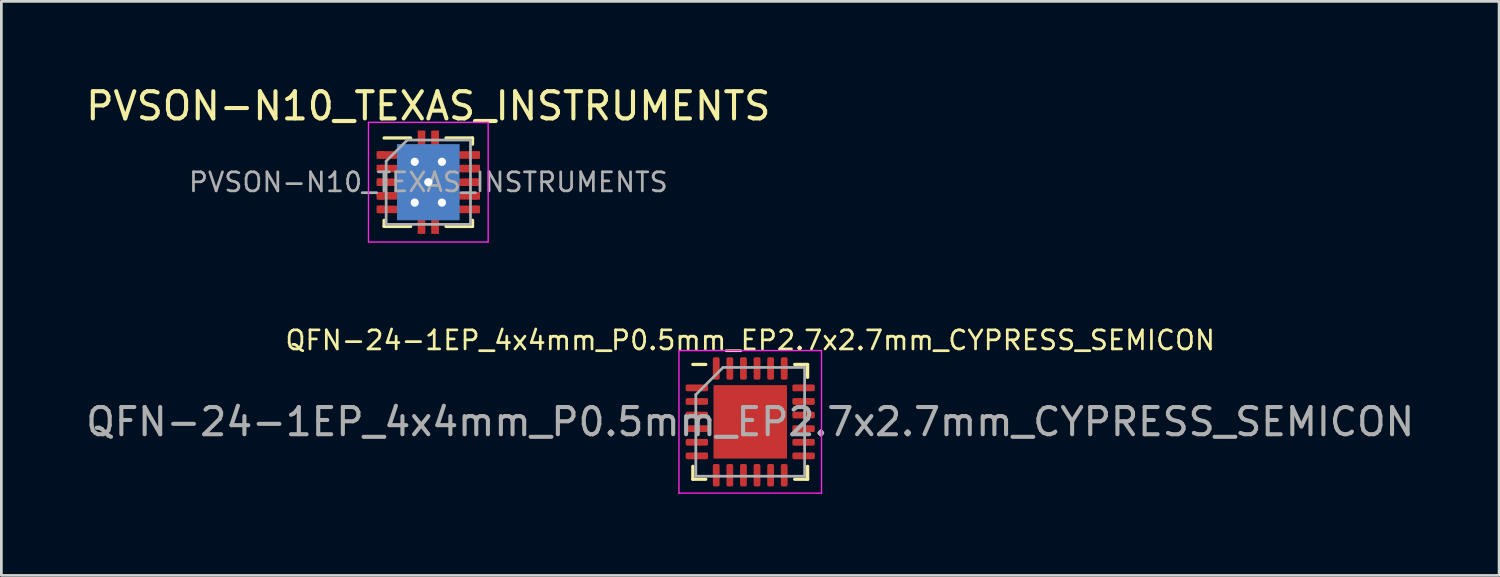
<source format=kicad_pcb>
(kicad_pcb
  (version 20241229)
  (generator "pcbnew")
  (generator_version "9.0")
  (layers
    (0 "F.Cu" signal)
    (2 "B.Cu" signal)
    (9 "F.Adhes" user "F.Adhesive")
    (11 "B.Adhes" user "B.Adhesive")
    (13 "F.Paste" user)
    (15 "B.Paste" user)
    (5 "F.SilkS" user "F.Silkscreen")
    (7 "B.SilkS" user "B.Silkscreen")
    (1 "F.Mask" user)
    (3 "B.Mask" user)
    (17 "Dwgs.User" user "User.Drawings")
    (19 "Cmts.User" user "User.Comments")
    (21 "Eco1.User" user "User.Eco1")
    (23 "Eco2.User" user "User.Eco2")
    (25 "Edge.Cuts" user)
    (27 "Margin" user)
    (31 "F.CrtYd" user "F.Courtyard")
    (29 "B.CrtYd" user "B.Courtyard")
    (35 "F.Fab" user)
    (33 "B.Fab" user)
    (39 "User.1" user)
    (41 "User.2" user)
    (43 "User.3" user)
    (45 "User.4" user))
  (footprint "QFN-24-1EP_4x4mm_P0.5mm_EP2.7x2.7mm_CYPRESS_SEMICON"
    (layer "F.Cu")
    (at 24.53 12.458)
    (property "Reference" "QFN-24-1EP_4x4mm_P0.5mm_EP2.7x2.7mm_CYPRESS_SEMICON" (at 0 -3 0) (layer "F.SilkS") (effects (font (size 0.7 0.7) (thickness 0.1))))
    (attr smd)
    (fp_line (start -2.11 2.11) (end -2.11 1.635) (stroke (width 0.12) (type solid)) (layer "F.SilkS"))
    (fp_line (start -1.635 -2.11) (end -2.11 -2.11) (stroke (width 0.12) (type solid)) (layer "F.SilkS"))
    (fp_line (start -1.635 2.11) (end -2.11 2.11) (stroke (width 0.12) (type solid)) (layer "F.SilkS"))
    (fp_line (start 1.635 -2.11) (end 2.11 -2.11) (stroke (width 0.12) (type solid)) (layer "F.SilkS"))
    (fp_line (start 1.635 2.11) (end 2.11 2.11) (stroke (width 0.12) (type solid)) (layer "F.SilkS"))
    (fp_line (start 2.11 -2.11) (end 2.11 -1.635) (stroke (width 0.12) (type solid)) (layer "F.SilkS"))
    (fp_line (start 2.11 2.11) (end 2.11 1.635) (stroke (width 0.12) (type solid)) (layer "F.SilkS"))
    (fp_line (start -2.62 -2.62) (end -2.62 2.62) (stroke (width 0.05) (type solid)) (layer "F.CrtYd"))
    (fp_line (start -2.62 2.62) (end 2.62 2.62) (stroke (width 0.05) (type solid)) (layer "F.CrtYd"))
    (fp_line (start 2.62 -2.62) (end -2.62 -2.62) (stroke (width 0.05) (type solid)) (layer "F.CrtYd"))
    (fp_line (start 2.62 2.62) (end 2.62 -2.62) (stroke (width 0.05) (type solid)) (layer "F.CrtYd"))
    (fp_line (start -2 -1) (end -1 -2) (stroke (width 0.1) (type solid)) (layer "F.Fab"))
    (fp_line (start -2 2) (end -2 -1) (stroke (width 0.1) (type solid)) (layer "F.Fab"))
    (fp_line (start -1 -2) (end 2 -2) (stroke (width 0.1) (type solid)) (layer "F.Fab"))
    (fp_line (start 2 -2) (end 2 2) (stroke (width 0.1) (type solid)) (layer "F.Fab"))
    (fp_line (start 2 2) (end -2 2) (stroke (width 0.1) (type solid)) (layer "F.Fab"))
    (fp_text user "${REFERENCE}" (at 0 0 0) (layer "F.Fab") (effects (font (size 1 1) (thickness 0.15))))
    (pad "1" smd roundrect (at -1.962 -1.25) (size 0.825 0.25) (layers "F.Cu" "F.Mask" "F.Paste") (roundrect_rratio 0.25))
    (pad "2" smd roundrect (at -1.962 -0.75) (size 0.825 0.25) (layers "F.Cu" "F.Mask" "F.Paste") (roundrect_rratio 0.25))
    (pad "3" smd roundrect (at -1.962 -0.25) (size 0.825 0.25) (layers "F.Cu" "F.Mask" "F.Paste") (roundrect_rratio 0.25))
    (pad "4" smd roundrect (at -1.962 0.25) (size 0.825 0.25) (layers "F.Cu" "F.Mask" "F.Paste") (roundrect_rratio 0.25))
    (pad "5" smd roundrect (at -1.962 0.75) (size 0.825 0.25) (layers "F.Cu" "F.Mask" "F.Paste") (roundrect_rratio 0.25))
    (pad "6" smd roundrect (at -1.962 1.25) (size 0.825 0.25) (layers "F.Cu" "F.Mask" "F.Paste") (roundrect_rratio 0.25))
    (pad "7" smd roundrect (at -1.25 1.962) (size 0.25 0.825) (layers "F.Cu" "F.Mask" "F.Paste") (roundrect_rratio 0.25))
    (pad "8" smd roundrect (at -0.75 1.962) (size 0.25 0.825) (layers "F.Cu" "F.Mask" "F.Paste") (roundrect_rratio 0.25))
    (pad "9" smd roundrect (at -0.25 1.962) (size 0.25 0.825) (layers "F.Cu" "F.Mask" "F.Paste") (roundrect_rratio 0.25))
    (pad "10" smd roundrect (at 0.25 1.962) (size 0.25 0.825) (layers "F.Cu" "F.Mask" "F.Paste") (roundrect_rratio 0.25))
    (pad "11" smd roundrect (at 0.75 1.962) (size 0.25 0.825) (layers "F.Cu" "F.Mask" "F.Paste") (roundrect_rratio 0.25))
    (pad "12" smd roundrect (at 1.25 1.962) (size 0.25 0.825) (layers "F.Cu" "F.Mask" "F.Paste") (roundrect_rratio 0.25))
    (pad "13" smd roundrect (at 1.962 1.25) (size 0.825 0.25) (layers "F.Cu" "F.Mask" "F.Paste") (roundrect_rratio 0.25))
    (pad "14" smd roundrect (at 1.962 0.75) (size 0.825 0.25) (layers "F.Cu" "F.Mask" "F.Paste") (roundrect_rratio 0.25))
    (pad "15" smd roundrect (at 1.962 0.25) (size 0.825 0.25) (layers "F.Cu" "F.Mask" "F.Paste") (roundrect_rratio 0.25))
    (pad "16" smd roundrect (at 1.962 -0.25) (size 0.825 0.25) (layers "F.Cu" "F.Mask" "F.Paste") (roundrect_rratio 0.25))
    (pad "17" smd roundrect (at 1.962 -0.75) (size 0.825 0.25) (layers "F.Cu" "F.Mask" "F.Paste") (roundrect_rratio 0.25))
    (pad "18" smd roundrect (at 1.962 -1.25) (size 0.825 0.25) (layers "F.Cu" "F.Mask" "F.Paste") (roundrect_rratio 0.25))
    (pad "19" smd roundrect (at 1.25 -1.962) (size 0.25 0.825) (layers "F.Cu" "F.Mask" "F.Paste") (roundrect_rratio 0.25))
    (pad "20" smd roundrect (at 0.75 -1.962) (size 0.25 0.825) (layers "F.Cu" "F.Mask" "F.Paste") (roundrect_rratio 0.25))
    (pad "21" smd roundrect (at 0.25 -1.962) (size 0.25 0.825) (layers "F.Cu" "F.Mask" "F.Paste") (roundrect_rratio 0.25))
    (pad "22" smd roundrect (at -0.25 -1.962) (size 0.25 0.825) (layers "F.Cu" "F.Mask" "F.Paste") (roundrect_rratio 0.25))
    (pad "23" smd roundrect (at -0.75 -1.962) (size 0.25 0.825) (layers "F.Cu" "F.Mask" "F.Paste") (roundrect_rratio 0.25))
    (pad "24" smd roundrect (at -1.25 -1.962) (size 0.25 0.825) (layers "F.Cu" "F.Mask" "F.Paste") (roundrect_rratio 0.25))
    (pad "25" smd rect (at 0 0) (size 2.7 2.7) (layers "F.Cu" "F.Mask")))
  (footprint "PVSON-N10_TEXAS_INSTRUMENTS"
    (layer "F.Cu")
    (at 12.696 3.648)
    (property "Reference" "PVSON-N10_TEXAS_INSTRUMENTS" (at 0 -2.8 0) (layer "F.SilkS") (effects (font (size 1 1) (thickness 0.15))))
    (attr smd)
    (fp_line (start -1.625 -1.625) (end -0.65 -1.625) (stroke (width 0.12) (type solid)) (layer "F.SilkS"))
    (fp_line (start -1.625 1.625) (end -1.625 1.4) (stroke (width 0.12) (type solid)) (layer "F.SilkS"))
    (fp_line (start -1.625 1.625) (end -0.65 1.625) (stroke (width 0.12) (type solid)) (layer "F.SilkS"))
    (fp_line (start 0.65 -1.625) (end 1.625 -1.625) (stroke (width 0.12) (type solid)) (layer "F.SilkS"))
    (fp_line (start 0.65 1.625) (end 1.625 1.625) (stroke (width 0.12) (type solid)) (layer "F.SilkS"))
    (fp_line (start 1.625 -1.4) (end 1.625 -1.625) (stroke (width 0.12) (type solid)) (layer "F.SilkS"))
    (fp_line (start 1.625 1.4) (end 1.625 1.625) (stroke (width 0.12) (type solid)) (layer "F.SilkS"))
    (fp_line (start -2.2 -2.2) (end -2.2 2.2) (stroke (width 0.05) (type solid)) (layer "F.CrtYd"))
    (fp_line (start -2.2 -2.2) (end 2.2 -2.2) (stroke (width 0.05) (type solid)) (layer "F.CrtYd"))
    (fp_line (start -2.2 2.2) (end 2.2 2.2) (stroke (width 0.05) (type solid)) (layer "F.CrtYd"))
    (fp_line (start 2.2 -2.2) (end 2.2 2.2) (stroke (width 0.05) (type solid)) (layer "F.CrtYd"))
    (fp_line (start -1.55 1.55) (end -1.55 -0.775) (stroke (width 0.1) (type solid)) (layer "F.Fab"))
    (fp_line (start -0.775 -1.55) (end -1.55 -0.775) (stroke (width 0.1) (type solid)) (layer "F.Fab"))
    (fp_line (start -0.775 -1.55) (end 1.55 -1.55) (stroke (width 0.1) (type solid)) (layer "F.Fab"))
    (fp_line (start 1.55 -1.55) (end 1.55 1.55) (stroke (width 0.1) (type solid)) (layer "F.Fab"))
    (fp_line (start 1.55 1.55) (end -1.55 1.55) (stroke (width 0.1) (type solid)) (layer "F.Fab"))
    (fp_text user "${REFERENCE}" (at 0 0 0) (layer "F.Fab") (effects (font (size 0.7 0.7) (thickness 0.1))))
    (pad "1" smd rect (at -1.76 -1) (size 0.28 0.28) (layers "F.Cu" "F.Mask" "F.Paste"))
    (pad "1" smd oval (at -1.475 -1) (size 0.85 0.28) (layers "F.Cu" "F.Mask" "F.Paste"))
    (pad "2" smd rect (at -1.76 -0.5) (size 0.28 0.28) (layers "F.Cu" "F.Mask" "F.Paste"))
    (pad "2" smd oval (at -1.475 -0.5) (size 0.85 0.28) (layers "F.Cu" "F.Mask" "F.Paste"))
    (pad "3" smd rect (at -1.76 0) (size 0.28 0.28) (layers "F.Cu" "F.Mask" "F.Paste"))
    (pad "3" smd oval (at -1.475 0) (size 0.85 0.28) (layers "F.Cu" "F.Mask" "F.Paste"))
    (pad "4" smd rect (at -1.76 0.5) (size 0.28 0.28) (layers "F.Cu" "F.Mask" "F.Paste"))
    (pad "4" smd oval (at -1.475 0.5) (size 0.85 0.28) (layers "F.Cu" "F.Mask" "F.Paste"))
    (pad "5" smd rect (at -1.76 1) (size 0.28 0.28) (layers "F.Cu" "F.Mask" "F.Paste"))
    (pad "5" smd oval (at -1.475 1) (size 0.85 0.28) (layers "F.Cu" "F.Mask" "F.Paste"))
    (pad "6" smd oval (at 1.475 1) (size 0.85 0.28) (layers "F.Cu" "F.Mask" "F.Paste"))
    (pad "6" smd rect (at 1.76 1) (size 0.28 0.28) (layers "F.Cu" "F.Mask" "F.Paste"))
    (pad "7" smd oval (at 1.475 0.5) (size 0.85 0.28) (layers "F.Cu" "F.Mask" "F.Paste"))
    (pad "7" smd rect (at 1.76 0.5) (size 0.28 0.28) (layers "F.Cu" "F.Mask" "F.Paste"))
    (pad "8" smd oval (at 1.475 0) (size 0.85 0.28) (layers "F.Cu" "F.Mask" "F.Paste"))
    (pad "8" smd rect (at 1.76 0) (size 0.28 0.28) (layers "F.Cu" "F.Mask" "F.Paste"))
    (pad "9" smd oval (at 1.475 -0.5) (size 0.85 0.28) (layers "F.Cu" "F.Mask" "F.Paste"))
    (pad "9" smd rect (at 1.76 -0.5) (size 0.28 0.28) (layers "F.Cu" "F.Mask" "F.Paste"))
    (pad "10" smd oval (at 1.475 -1) (size 0.85 0.28) (layers "F.Cu" "F.Mask" "F.Paste"))
    (pad "10" smd rect (at 1.76 -1) (size 0.28 0.28) (layers "F.Cu" "F.Mask" "F.Paste"))
    (pad "11" thru_hole circle (at -0.5 -0.75) (size 0.6 0.6) (drill 0.3) (layers "*.Cu" "*.Mask"))
    (pad "11" thru_hole circle (at -0.5 0.75) (size 0.6 0.6) (drill 0.3) (layers "*.Cu" "*.Mask"))
    (pad "11" smd rect (at -0.45 -0.635) (size 0.68 1.05) (layers "F.Cu" "F.Mask" "F.Paste"))
    (pad "11" smd rect (at -0.45 0.635) (size 0.68 1.05) (layers "F.Cu" "F.Mask" "F.Paste"))
    (pad "11" smd rect (at -0.25 -1.63) (size 0.26 0.5) (layers "F.Cu" "F.Mask" "F.Paste"))
    (pad "11" smd rect (at -0.25 -1.55) (size 0.28 0.7) (layers "F.Cu" "F.Mask"))
    (pad "11" smd rect (at -0.25 1.55) (size 0.28 0.7) (layers "F.Cu" "F.Mask"))
    (pad "11" smd rect (at -0.25 1.63) (size 0.26 0.5) (layers "F.Cu" "F.Mask" "F.Paste"))
    (pad "11" thru_hole circle (at 0 0) (size 0.6 0.6) (drill 0.3) (layers "*.Cu" "*.Mask"))
    (pad "11" smd rect (at 0 0) (size 1.65 2.4) (layers "F.Cu" "F.Mask"))
    (pad "11" smd rect (at 0 0) (size 2.3 2.8) (layers "B.Cu"))
    (pad "11" smd rect (at 0.25 -1.63) (size 0.26 0.5) (layers "F.Cu" "F.Mask" "F.Paste"))
    (pad "11" smd rect (at 0.25 -1.55) (size 0.28 0.7) (layers "F.Cu" "F.Mask"))
    (pad "11" smd rect (at 0.25 1.55) (size 0.28 0.7) (layers "F.Cu" "F.Mask"))
    (pad "11" smd rect (at 0.25 1.63) (size 0.26 0.5) (layers "F.Cu" "F.Mask" "F.Paste"))
    (pad "11" smd rect (at 0.45 -0.635) (size 0.68 1.05) (layers "F.Cu" "F.Mask" "F.Paste"))
    (pad "11" smd rect (at 0.45 0.635) (size 0.68 1.05) (layers "F.Cu" "F.Mask" "F.Paste"))
    (pad "11" thru_hole circle (at 0.5 -0.75) (size 0.6 0.6) (drill 0.3) (layers "*.Cu" "*.Mask"))
    (pad "11" thru_hole circle (at 0.5 0.75) (size 0.6 0.6) (drill 0.3) (layers "*.Cu" "*.Mask")))
  (gr_rect
    (start -3 -3)
    (end 52.06 18.103)
    (stroke (width 0.1) (type default))
    (fill no)
    (layer "Edge.Cuts")))
</source>
